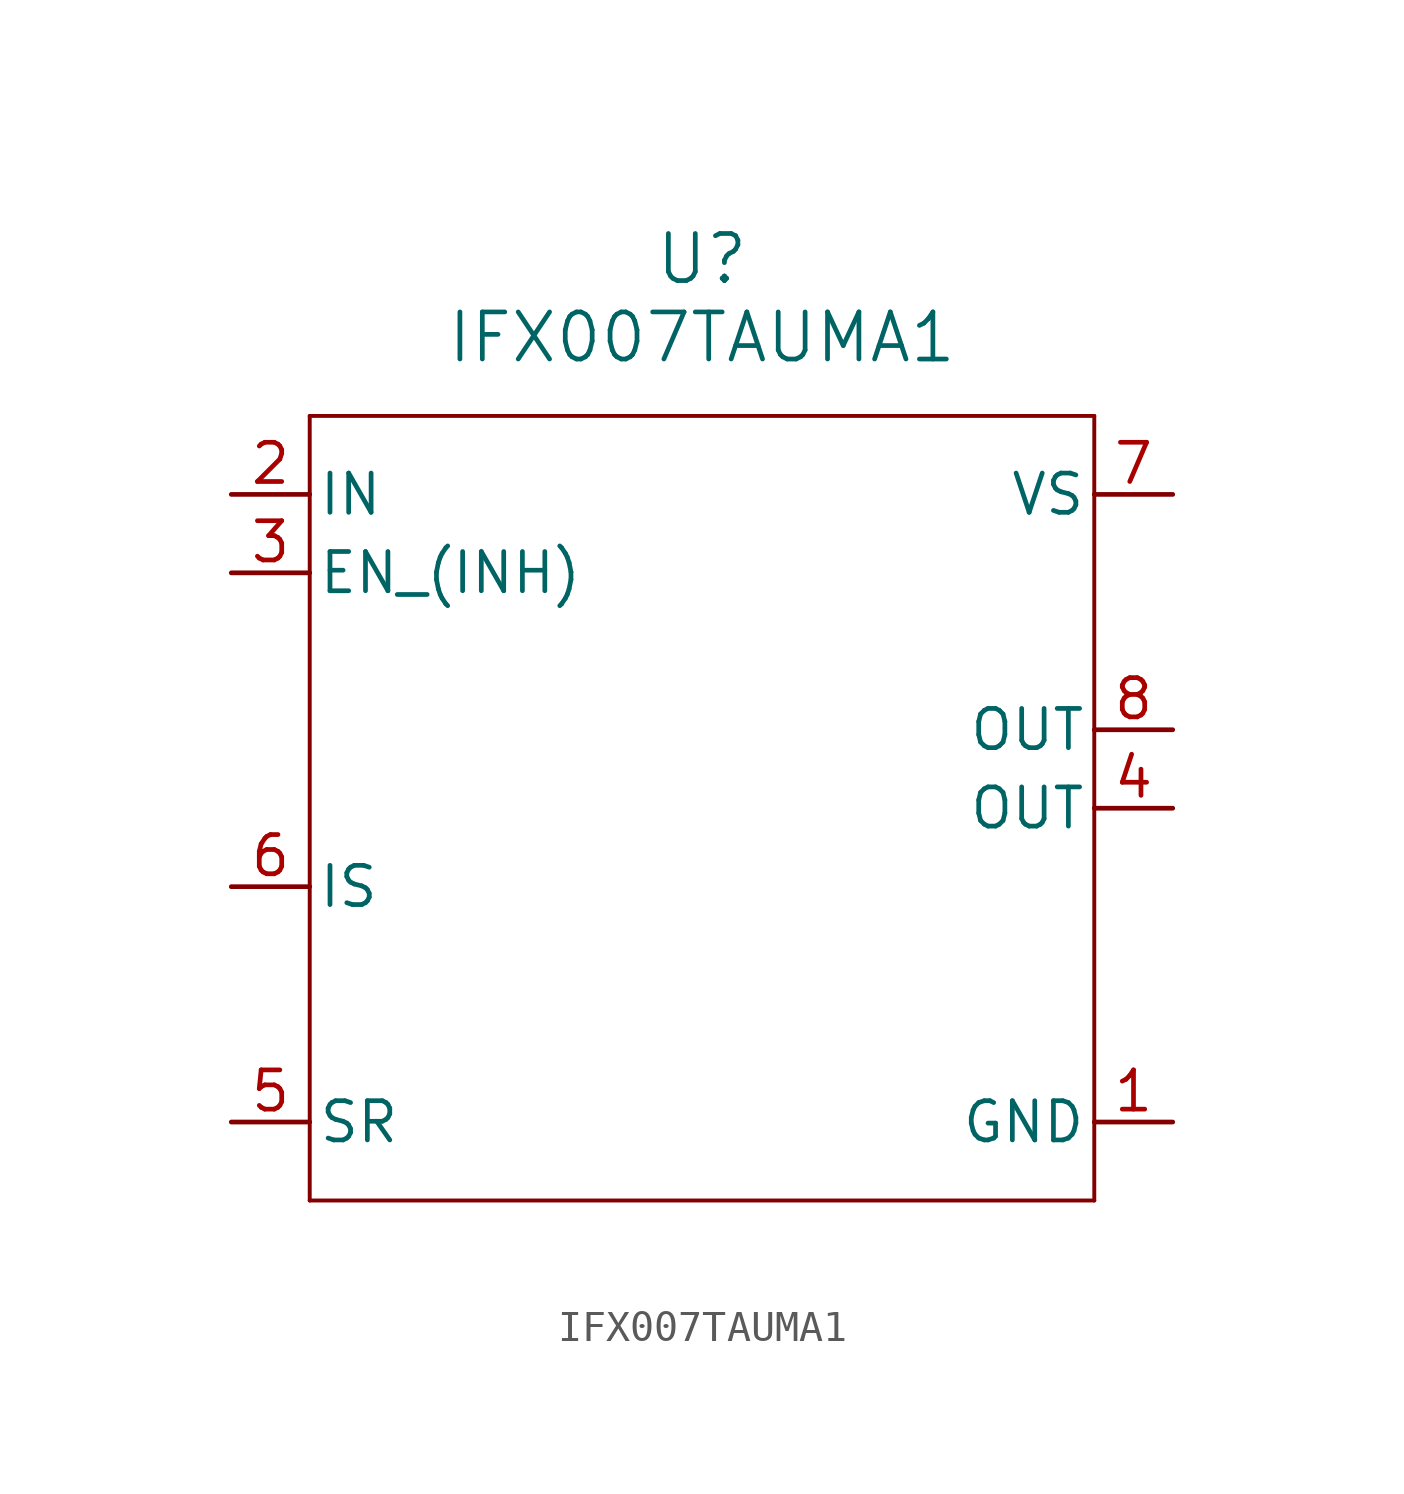
<source format=kicad_sym>
(kicad_symbol_lib
  (version 20231120)
  (generator "kicad_symbol_editor")
  (generator_version "8.0")
  (symbol "IFX007TAUMA1"
    (pin_names
      (offset 0.254))
    (property "Reference" "U"
      (at 0 -1.27 0)
      (effects (font (size 1.524 1.524))))
    (property "Value" "IFX007TAUMA1"
      (at 0 -3.81 0)
      (effects (font (size 1.524 1.524))))
    (property "ki_locked" ""
      (at 0 0 0)
      (effects (font (size 1.27 1.27))))
    (symbol "IFX007TAUMA1_0_1"
      (polyline (pts (xy -12.7 -31.75) (xy 12.7 -31.75)) (stroke (width 0.127) (type default)) (fill (type none)))
      (polyline (pts (xy -12.7 -6.35) (xy -12.7 -31.75)) (stroke (width 0.127) (type default)) (fill (type none)))
      (polyline (pts (xy 12.7 -31.75) (xy 12.7 -6.35)) (stroke (width 0.127) (type default)) (fill (type none)))
      (polyline (pts (xy 12.7 -6.35) (xy -12.7 -6.35)) (stroke (width 0.127) (type default)) (fill (type none)))
      (pin power_in line (at 15.24 -29.21 180) (length 2.54) (name "GND" (effects (font (size 1.27 1.27)))) (number "1" (effects (font (size 1.27 1.27)))))
      (pin input line (at -15.24 -8.89 0) (length 2.54) (name "IN" (effects (font (size 1.27 1.27)))) (number "2" (effects (font (size 1.27 1.27)))))
      (pin output line (at 15.24 -19.05 180) (length 2.54) (name "OUT" (effects (font (size 1.27 1.27)))) (number "4" (effects (font (size 1.27 1.27)))))
      (pin input line (at -15.24 -29.21 0) (length 2.54) (name "SR" (effects (font (size 1.27 1.27)))) (number "5" (effects (font (size 1.27 1.27)))))
      (pin output line (at -15.24 -21.59 0) (length 2.54) (name "IS" (effects (font (size 1.27 1.27)))) (number "6" (effects (font (size 1.27 1.27)))))
      (pin power_in line (at 15.24 -8.89 180) (length 2.54) (name "VS" (effects (font (size 1.27 1.27)))) (number "7" (effects (font (size 1.27 1.27)))))
      (pin output line (at 15.24 -16.51 180) (length 2.54) (name "OUT" (effects (font (size 1.27 1.27)))) (number "8" (effects (font (size 1.27 1.27))))))
    (symbol "IFX007TAUMA1_1_1"
      (pin input line (at -15.24 -11.43 0) (length 2.54) (name "EN_(INH)" (effects (font (size 1.27 1.27)))) (number "3" (effects (font (size 1.27 1.27))))))))
</source>
